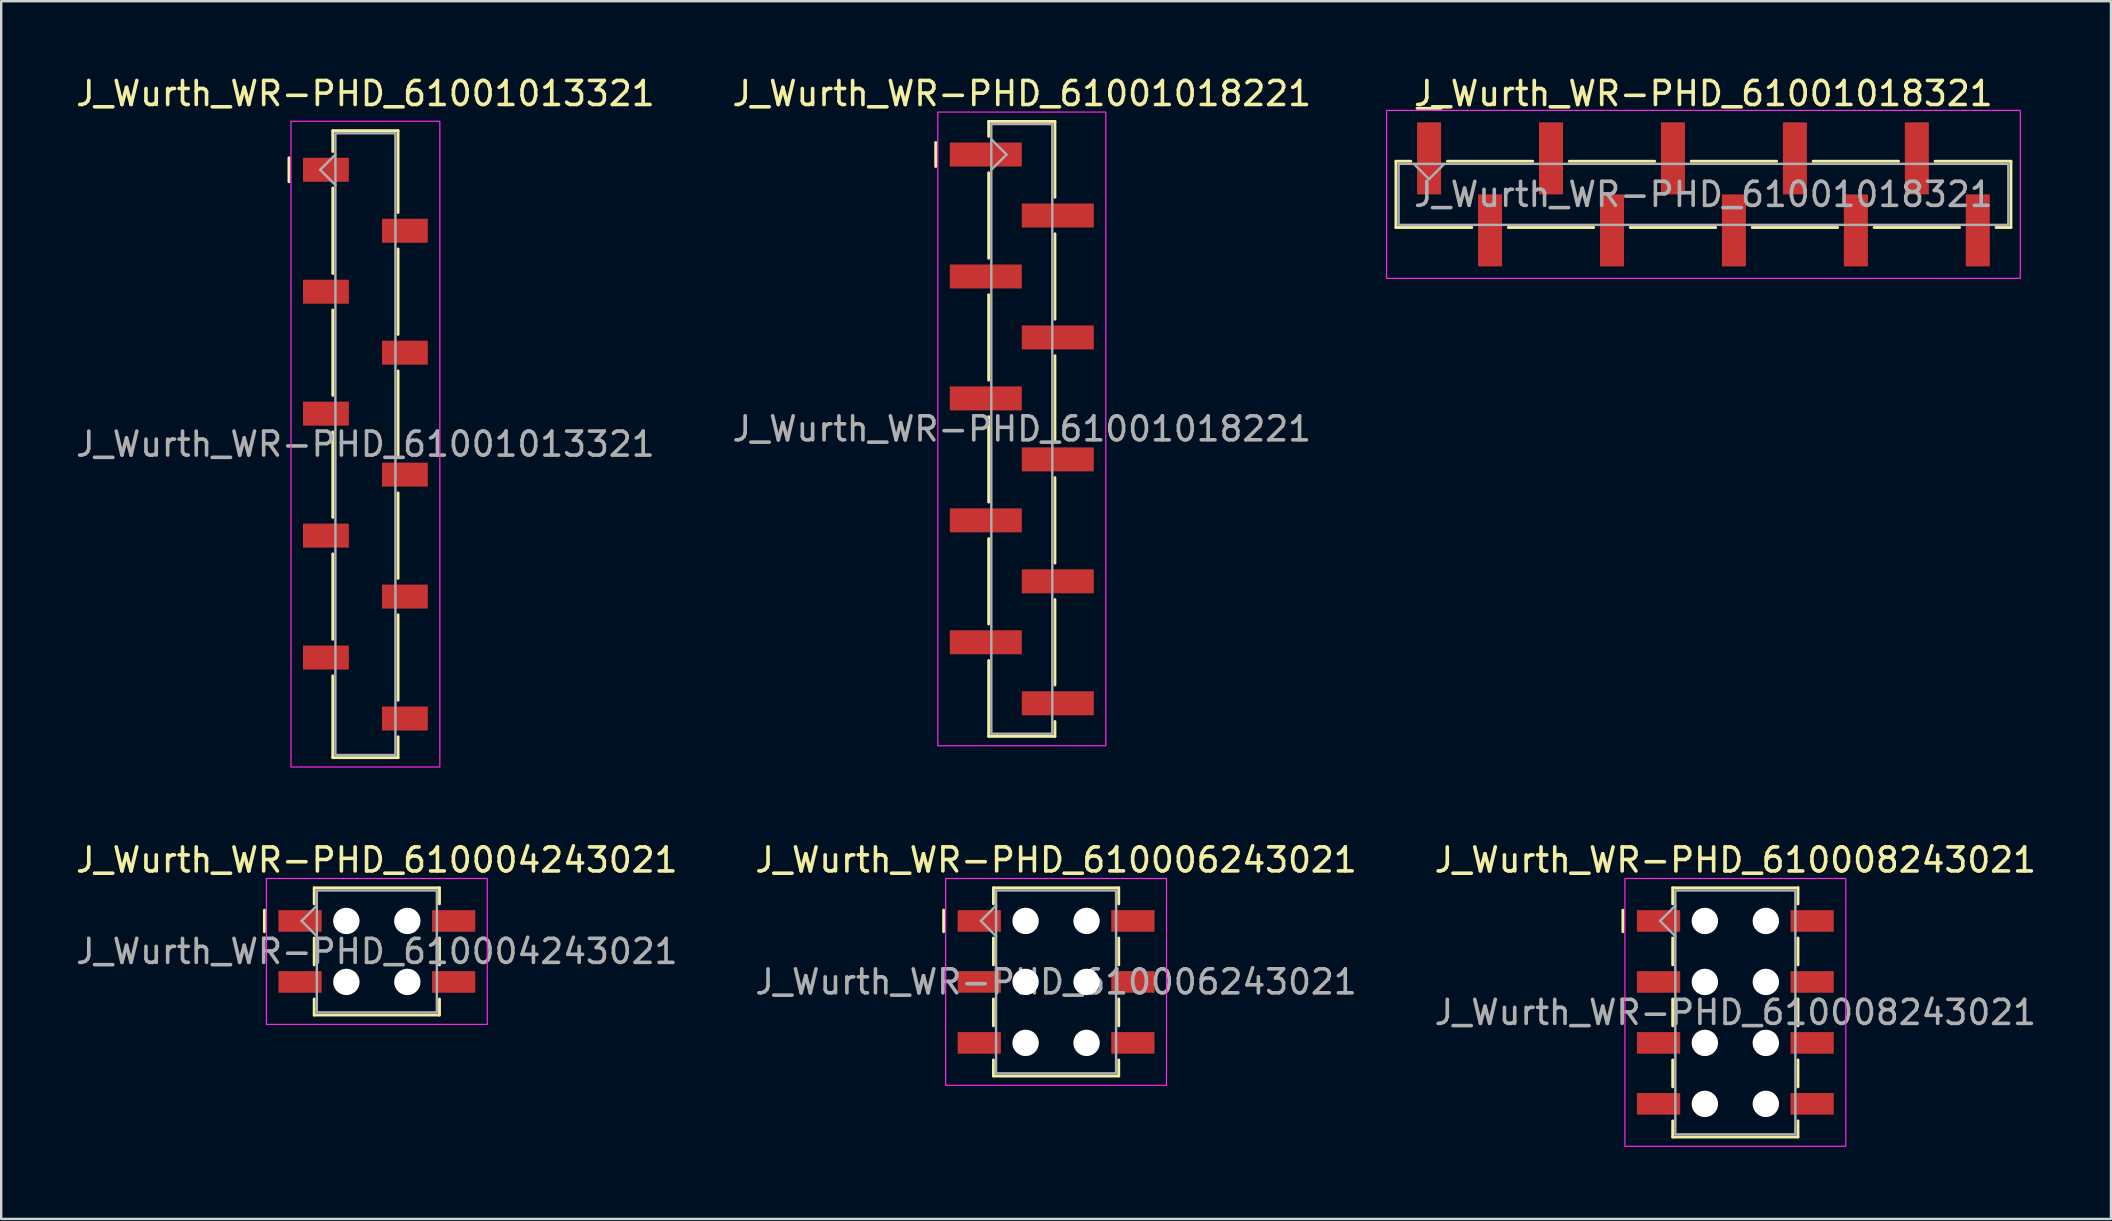
<source format=kicad_pcb>
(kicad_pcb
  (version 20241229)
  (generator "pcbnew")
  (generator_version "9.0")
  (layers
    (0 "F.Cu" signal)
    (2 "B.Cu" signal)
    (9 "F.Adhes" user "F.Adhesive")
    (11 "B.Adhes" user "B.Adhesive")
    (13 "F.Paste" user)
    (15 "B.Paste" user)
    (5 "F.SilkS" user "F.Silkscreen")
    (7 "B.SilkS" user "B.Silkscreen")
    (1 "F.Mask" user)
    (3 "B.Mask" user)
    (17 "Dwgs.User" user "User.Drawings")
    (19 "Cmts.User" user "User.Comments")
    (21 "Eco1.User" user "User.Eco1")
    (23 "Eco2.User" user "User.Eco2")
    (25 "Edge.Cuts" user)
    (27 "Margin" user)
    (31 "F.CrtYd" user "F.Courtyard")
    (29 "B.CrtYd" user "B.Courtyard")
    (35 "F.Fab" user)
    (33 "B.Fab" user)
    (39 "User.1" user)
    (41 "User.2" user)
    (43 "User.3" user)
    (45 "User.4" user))
  (footprint "J_Wurth_WR-PHD_610008243021"
    (layer "F.Cu")
    (at 69.244 39.127)
    (property "Reference" "J_Wurth_WR-PHD_610008243021" (at 0 -6.35 0) (unlocked yes) (layer "F.SilkS") (effects (font (size 1 1) (thickness 0.15))))
    (attr smd)
    (fp_line (start -4.685 -4.26) (end -4.685 -3.36) (stroke (width 0.12) (type solid)) (layer "F.SilkS"))
    (fp_line (start -2.61 -5.19) (end -2.61 -4.52) (stroke (width 0.12) (type solid)) (layer "F.SilkS"))
    (fp_line (start -2.61 -3.1) (end -2.61 -1.98) (stroke (width 0.12) (type solid)) (layer "F.SilkS"))
    (fp_line (start -2.61 -0.56) (end -2.61 0.56) (stroke (width 0.12) (type solid)) (layer "F.SilkS"))
    (fp_line (start -2.61 1.98) (end -2.61 3.1) (stroke (width 0.12) (type solid)) (layer "F.SilkS"))
    (fp_line (start -2.61 4.52) (end -2.61 5.19) (stroke (width 0.12) (type solid)) (layer "F.SilkS"))
    (fp_line (start 2.61 -5.19) (end -2.61 -5.19) (stroke (width 0.12) (type solid)) (layer "F.SilkS"))
    (fp_line (start 2.61 -5.19) (end 2.61 -4.52) (stroke (width 0.12) (type solid)) (layer "F.SilkS"))
    (fp_line (start 2.61 -3.1) (end 2.61 -1.98) (stroke (width 0.12) (type solid)) (layer "F.SilkS"))
    (fp_line (start 2.61 -0.56) (end 2.61 0.56) (stroke (width 0.12) (type solid)) (layer "F.SilkS"))
    (fp_line (start 2.61 1.98) (end 2.61 3.1) (stroke (width 0.12) (type solid)) (layer "F.SilkS"))
    (fp_line (start 2.61 4.52) (end 2.61 5.19) (stroke (width 0.12) (type solid)) (layer "F.SilkS"))
    (fp_line (start 2.61 5.19) (end -2.61 5.19) (stroke (width 0.12) (type solid)) (layer "F.SilkS"))
    (fp_rect (start -4.6 -5.58) (end 4.6 5.58) (stroke (width 0.05) (type solid)) (fill no) (layer "F.CrtYd"))
    (fp_line (start -3.135 -3.81) (end -2.5 -4.445) (stroke (width 0.1) (type default)) (layer "F.Fab"))
    (fp_line (start -2.5 -3.175) (end -3.135 -3.81) (stroke (width 0.1) (type default)) (layer "F.Fab"))
    (fp_rect (start -2.5 -5.08) (end 2.5 5.08) (stroke (width 0.1) (type solid)) (fill no) (layer "F.Fab"))
    (fp_text user "${REFERENCE}" (at 0 0 0) (unlocked yes) (layer "F.Fab") (effects (font (size 1 1) (thickness 0.15))))
    (pad "" np_thru_hole circle (at -1.27 -3.81 270) (size 1.1 1.1) (drill 1.1) (layers "*.Cu" "*.Mask"))
    (pad "" np_thru_hole circle (at -1.27 -1.27 270) (size 1.1 1.1) (drill 1.1) (layers "*.Cu" "*.Mask"))
    (pad "" np_thru_hole circle (at -1.27 1.27 270) (size 1.1 1.1) (drill 1.1) (layers "*.Cu" "*.Mask"))
    (pad "" np_thru_hole circle (at -1.27 3.81 270) (size 1.1 1.1) (drill 1.1) (layers "*.Cu" "*.Mask"))
    (pad "" np_thru_hole circle (at 1.27 -3.81 270) (size 1.1 1.1) (drill 1.1) (layers "*.Cu" "*.Mask"))
    (pad "" np_thru_hole circle (at 1.27 -1.27 270) (size 1.1 1.1) (drill 1.1) (layers "*.Cu" "*.Mask"))
    (pad "" np_thru_hole circle (at 1.27 1.27 270) (size 1.1 1.1) (drill 1.1) (layers "*.Cu" "*.Mask"))
    (pad "" np_thru_hole circle (at 1.27 3.81 270) (size 1.1 1.1) (drill 1.1) (layers "*.Cu" "*.Mask"))
    (pad "1" smd rect (at -3.2 -3.81 270) (size 0.9 1.8) (layers "F.Cu" "F.Mask" "F.Paste"))
    (pad "2" smd rect (at 3.2 -3.81 270) (size 0.9 1.8) (layers "F.Cu" "F.Mask" "F.Paste"))
    (pad "3" smd rect (at -3.2 -1.27 270) (size 0.9 1.8) (layers "F.Cu" "F.Mask" "F.Paste"))
    (pad "4" smd rect (at 3.2 -1.27 270) (size 0.9 1.8) (layers "F.Cu" "F.Mask" "F.Paste"))
    (pad "5" smd rect (at -3.2 1.27 270) (size 0.9 1.8) (layers "F.Cu" "F.Mask" "F.Paste"))
    (pad "6" smd rect (at 3.2 1.27 270) (size 0.9 1.8) (layers "F.Cu" "F.Mask" "F.Paste"))
    (pad "7" smd rect (at -3.2 3.81 270) (size 0.9 1.8) (layers "F.Cu" "F.Mask" "F.Paste"))
    (pad "8" smd rect (at 3.2 3.81 270) (size 0.9 1.8) (layers "F.Cu" "F.Mask" "F.Paste")))
  (footprint "J_Wurth_WR-PHD_61001018321"
    (layer "F.Cu")
    (at 67.915 5.048)
    (property "Reference" "J_Wurth_WR-PHD_61001018321" (at 0 -4.2 0) (unlocked yes) (layer "F.SilkS") (effects (font (size 1 1) (thickness 0.15))))
    (attr smd)
    (fp_line (start -12.81 -1.38) (end -12.81 1.38) (stroke (width 0.12) (type solid)) (layer "F.SilkS"))
    (fp_line (start -12.81 -1.38) (end -12.19 -1.38) (stroke (width 0.12) (type solid)) (layer "F.SilkS"))
    (fp_line (start -12.81 1.38) (end -9.65 1.38) (stroke (width 0.12) (type solid)) (layer "F.SilkS"))
    (fp_line (start -11.93 -3.585) (end -10.93 -3.585) (stroke (width 0.12) (type solid)) (layer "F.SilkS"))
    (fp_line (start -10.67 -1.38) (end -7.11 -1.38) (stroke (width 0.12) (type solid)) (layer "F.SilkS"))
    (fp_line (start -5.59 -1.38) (end -2.03 -1.38) (stroke (width 0.12) (type solid)) (layer "F.SilkS"))
    (fp_line (start -4.57 1.38) (end -8.13 1.38) (stroke (width 0.12) (type solid)) (layer "F.SilkS"))
    (fp_line (start -3.05 1.38) (end 0.51 1.38) (stroke (width 0.12) (type solid)) (layer "F.SilkS"))
    (fp_line (start -0.51 -1.38) (end 3.05 -1.38) (stroke (width 0.12) (type solid)) (layer "F.SilkS"))
    (fp_line (start 2.03 1.38) (end 5.59 1.38) (stroke (width 0.12) (type solid)) (layer "F.SilkS"))
    (fp_line (start 4.57 -1.38) (end 8.13 -1.38) (stroke (width 0.12) (type solid)) (layer "F.SilkS"))
    (fp_line (start 7.11 1.38) (end 10.67 1.38) (stroke (width 0.12) (type solid)) (layer "F.SilkS"))
    (fp_line (start 12.81 -1.38) (end 9.65 -1.38) (stroke (width 0.12) (type solid)) (layer "F.SilkS"))
    (fp_line (start 12.81 -1.38) (end 12.81 1.38) (stroke (width 0.12) (type solid)) (layer "F.SilkS"))
    (fp_line (start 12.81 1.38) (end 12.19 1.38) (stroke (width 0.12) (type solid)) (layer "F.SilkS"))
    (fp_rect (start -13.2 -3.5) (end 13.2 3.5) (stroke (width 0.05) (type solid)) (fill no) (layer "F.CrtYd"))
    (fp_line (start -12.065 -1.27) (end -11.43 -0.635) (stroke (width 0.1) (type default)) (layer "F.Fab"))
    (fp_line (start -11.43 -0.635) (end -10.795 -1.27) (stroke (width 0.1) (type default)) (layer "F.Fab"))
    (fp_rect (start -12.7 -1.27) (end 12.7 1.27) (stroke (width 0.1) (type solid)) (fill no) (layer "F.Fab"))
    (fp_text user "${REFERENCE}" (at 0 0 0) (unlocked yes) (layer "F.Fab") (effects (font (size 1 1) (thickness 0.15))))
    (pad "1" smd rect (at -11.43 -1.5) (size 1 3) (layers "F.Cu" "F.Mask" "F.Paste"))
    (pad "2" smd rect (at -8.89 1.5) (size 1 3) (layers "F.Cu" "F.Mask" "F.Paste"))
    (pad "3" smd rect (at -6.35 -1.5) (size 1 3) (layers "F.Cu" "F.Mask" "F.Paste"))
    (pad "4" smd rect (at -3.81 1.5) (size 1 3) (layers "F.Cu" "F.Mask" "F.Paste"))
    (pad "5" smd rect (at -1.27 -1.5) (size 1 3) (layers "F.Cu" "F.Mask" "F.Paste"))
    (pad "6" smd rect (at 1.27 1.5) (size 1 3) (layers "F.Cu" "F.Mask" "F.Paste"))
    (pad "7" smd rect (at 3.81 -1.5) (size 1 3) (layers "F.Cu" "F.Mask" "F.Paste"))
    (pad "8" smd rect (at 6.35 1.5) (size 1 3) (layers "F.Cu" "F.Mask" "F.Paste"))
    (pad "9" smd rect (at 8.89 -1.5) (size 1 3) (layers "F.Cu" "F.Mask" "F.Paste"))
    (pad "10" smd rect (at 11.43 1.5) (size 1 3) (layers "F.Cu" "F.Mask" "F.Paste")))
  (footprint "J_Wurth_WR-PHD_61001018221"
    (layer "F.Cu")
    (at 39.518 14.818)
    (property "Reference" "J_Wurth_WR-PHD_61001018221" (at 0 -13.97 0) (unlocked yes) (layer "F.SilkS") (effects (font (size 1 1) (thickness 0.15))))
    (attr smd)
    (fp_line (start -3.585 -11.93) (end -3.585 -10.93) (stroke (width 0.12) (type solid)) (layer "F.SilkS"))
    (fp_line (start -1.38 -12.81) (end -1.38 -12.19) (stroke (width 0.12) (type solid)) (layer "F.SilkS"))
    (fp_line (start -1.38 -12.81) (end 1.38 -12.81) (stroke (width 0.12) (type solid)) (layer "F.SilkS"))
    (fp_line (start -1.38 -10.67) (end -1.38 -7.11) (stroke (width 0.12) (type solid)) (layer "F.SilkS"))
    (fp_line (start -1.38 -5.59) (end -1.38 -2.03) (stroke (width 0.12) (type solid)) (layer "F.SilkS"))
    (fp_line (start -1.38 -0.51) (end -1.38 3.05) (stroke (width 0.12) (type solid)) (layer "F.SilkS"))
    (fp_line (start -1.38 4.57) (end -1.38 8.13) (stroke (width 0.12) (type solid)) (layer "F.SilkS"))
    (fp_line (start -1.38 12.81) (end -1.38 9.65) (stroke (width 0.12) (type solid)) (layer "F.SilkS"))
    (fp_line (start -1.38 12.81) (end 1.38 12.81) (stroke (width 0.12) (type solid)) (layer "F.SilkS"))
    (fp_line (start 1.38 -12.81) (end 1.38 -9.65) (stroke (width 0.12) (type solid)) (layer "F.SilkS"))
    (fp_line (start 1.38 -4.57) (end 1.38 -8.13) (stroke (width 0.12) (type solid)) (layer "F.SilkS"))
    (fp_line (start 1.38 -3.05) (end 1.38 0.51) (stroke (width 0.12) (type solid)) (layer "F.SilkS"))
    (fp_line (start 1.38 2.03) (end 1.38 5.59) (stroke (width 0.12) (type solid)) (layer "F.SilkS"))
    (fp_line (start 1.38 7.11) (end 1.38 10.67) (stroke (width 0.12) (type solid)) (layer "F.SilkS"))
    (fp_line (start 1.38 12.81) (end 1.38 12.19) (stroke (width 0.12) (type solid)) (layer "F.SilkS"))
    (fp_rect (start -3.5 -13.2) (end 3.5 13.2) (stroke (width 0.05) (type solid)) (fill no) (layer "F.CrtYd"))
    (fp_line (start -1.27 -12.065) (end -0.635 -11.43) (stroke (width 0.1) (type default)) (layer "F.Fab"))
    (fp_line (start -0.635 -11.43) (end -1.27 -10.795) (stroke (width 0.1) (type default)) (layer "F.Fab"))
    (fp_rect (start -1.27 -12.7) (end 1.27 12.7) (stroke (width 0.1) (type solid)) (fill no) (layer "F.Fab"))
    (fp_text user "${REFERENCE}" (at 0 0 0) (unlocked yes) (layer "F.Fab") (effects (font (size 1 1) (thickness 0.15))))
    (pad "1" smd rect (at -1.5 -11.43 270) (size 1 3) (layers "F.Cu" "F.Mask" "F.Paste"))
    (pad "2" smd rect (at 1.5 -8.89 270) (size 1 3) (layers "F.Cu" "F.Mask" "F.Paste"))
    (pad "3" smd rect (at -1.5 -6.35 270) (size 1 3) (layers "F.Cu" "F.Mask" "F.Paste"))
    (pad "4" smd rect (at 1.5 -3.81 270) (size 1 3) (layers "F.Cu" "F.Mask" "F.Paste"))
    (pad "5" smd rect (at -1.5 -1.27 270) (size 1 3) (layers "F.Cu" "F.Mask" "F.Paste"))
    (pad "6" smd rect (at 1.5 1.27 270) (size 1 3) (layers "F.Cu" "F.Mask" "F.Paste"))
    (pad "7" smd rect (at -1.5 3.81 270) (size 1 3) (layers "F.Cu" "F.Mask" "F.Paste"))
    (pad "8" smd rect (at 1.5 6.35 270) (size 1 3) (layers "F.Cu" "F.Mask" "F.Paste"))
    (pad "9" smd rect (at -1.5 8.89 270) (size 1 3) (layers "F.Cu" "F.Mask" "F.Paste"))
    (pad "10" smd rect (at 1.5 11.43 270) (size 1 3) (layers "F.Cu" "F.Mask" "F.Paste")))
  (footprint "J_Wurth_WR-PHD_610006243021"
    (layer "F.Cu")
    (at 40.946 37.856)
    (property "Reference" "J_Wurth_WR-PHD_610006243021" (at 0 -5.08 0) (unlocked yes) (layer "F.SilkS") (effects (font (size 1 1) (thickness 0.15))))
    (attr smd)
    (fp_line (start -4.685 -2.99) (end -4.685 -2.09) (stroke (width 0.12) (type solid)) (layer "F.SilkS"))
    (fp_line (start -2.61 -3.92) (end -2.61 -3.25) (stroke (width 0.12) (type solid)) (layer "F.SilkS"))
    (fp_line (start -2.61 -1.83) (end -2.61 -0.71) (stroke (width 0.12) (type solid)) (layer "F.SilkS"))
    (fp_line (start -2.61 0.71) (end -2.61 1.83) (stroke (width 0.12) (type solid)) (layer "F.SilkS"))
    (fp_line (start -2.61 3.25) (end -2.61 3.92) (stroke (width 0.12) (type solid)) (layer "F.SilkS"))
    (fp_line (start 2.61 -3.92) (end -2.61 -3.92) (stroke (width 0.12) (type solid)) (layer "F.SilkS"))
    (fp_line (start 2.61 -3.92) (end 2.61 -3.25) (stroke (width 0.12) (type solid)) (layer "F.SilkS"))
    (fp_line (start 2.61 -1.83) (end 2.61 -0.71) (stroke (width 0.12) (type solid)) (layer "F.SilkS"))
    (fp_line (start 2.61 0.71) (end 2.61 1.83) (stroke (width 0.12) (type solid)) (layer "F.SilkS"))
    (fp_line (start 2.61 3.25) (end 2.61 3.92) (stroke (width 0.12) (type solid)) (layer "F.SilkS"))
    (fp_line (start 2.61 3.92) (end -2.61 3.92) (stroke (width 0.12) (type solid)) (layer "F.SilkS"))
    (fp_rect (start -4.6 -4.31) (end 4.6 4.31) (stroke (width 0.05) (type solid)) (fill no) (layer "F.CrtYd"))
    (fp_line (start -3.135 -2.54) (end -2.5 -3.175) (stroke (width 0.1) (type default)) (layer "F.Fab"))
    (fp_line (start -2.5 -1.905) (end -3.135 -2.54) (stroke (width 0.1) (type default)) (layer "F.Fab"))
    (fp_rect (start -2.5 -3.81) (end 2.5 3.81) (stroke (width 0.1) (type solid)) (fill no) (layer "F.Fab"))
    (fp_text user "${REFERENCE}" (at 0 0 0) (unlocked yes) (layer "F.Fab") (effects (font (size 1 1) (thickness 0.15))))
    (pad "" np_thru_hole circle (at -1.27 -2.54 270) (size 1.1 1.1) (drill 1.1) (layers "*.Cu" "*.Mask"))
    (pad "" np_thru_hole circle (at -1.27 0 270) (size 1.1 1.1) (drill 1.1) (layers "*.Cu" "*.Mask"))
    (pad "" np_thru_hole circle (at -1.27 2.54 270) (size 1.1 1.1) (drill 1.1) (layers "*.Cu" "*.Mask"))
    (pad "" np_thru_hole circle (at 1.27 -2.54 270) (size 1.1 1.1) (drill 1.1) (layers "*.Cu" "*.Mask"))
    (pad "" np_thru_hole circle (at 1.27 0 270) (size 1.1 1.1) (drill 1.1) (layers "*.Cu" "*.Mask"))
    (pad "" np_thru_hole circle (at 1.27 2.54 270) (size 1.1 1.1) (drill 1.1) (layers "*.Cu" "*.Mask"))
    (pad "1" smd rect (at -3.2 -2.54 270) (size 0.9 1.8) (layers "F.Cu" "F.Mask" "F.Paste"))
    (pad "2" smd rect (at 3.2 -2.54 270) (size 0.9 1.8) (layers "F.Cu" "F.Mask" "F.Paste"))
    (pad "3" smd rect (at -3.2 0 270) (size 0.9 1.8) (layers "F.Cu" "F.Mask" "F.Paste"))
    (pad "4" smd rect (at 3.2 0 270) (size 0.9 1.8) (layers "F.Cu" "F.Mask" "F.Paste"))
    (pad "5" smd rect (at -3.2 2.54 270) (size 0.9 1.8) (layers "F.Cu" "F.Mask" "F.Paste"))
    (pad "6" smd rect (at 3.2 2.54 270) (size 0.9 1.8) (layers "F.Cu" "F.Mask" "F.Paste")))
  (footprint "J_Wurth_WR-PHD_610004243021"
    (layer "F.Cu")
    (at 12.649 36.587)
    (property "Reference" "J_Wurth_WR-PHD_610004243021" (at 0 -3.81 0) (unlocked yes) (layer "F.SilkS") (effects (font (size 1 1) (thickness 0.15))))
    (attr smd)
    (fp_line (start -4.685 -1.72) (end -4.685 -0.82) (stroke (width 0.12) (type solid)) (layer "F.SilkS"))
    (fp_line (start -2.61 -2.65) (end -2.61 -1.98) (stroke (width 0.12) (type solid)) (layer "F.SilkS"))
    (fp_line (start -2.61 -0.56) (end -2.61 0.56) (stroke (width 0.12) (type solid)) (layer "F.SilkS"))
    (fp_line (start -2.61 1.98) (end -2.61 2.65) (stroke (width 0.12) (type solid)) (layer "F.SilkS"))
    (fp_line (start 2.61 -2.65) (end -2.61 -2.65) (stroke (width 0.12) (type solid)) (layer "F.SilkS"))
    (fp_line (start 2.61 -2.65) (end 2.61 -1.98) (stroke (width 0.12) (type solid)) (layer "F.SilkS"))
    (fp_line (start 2.61 -0.56) (end 2.61 0.56) (stroke (width 0.12) (type solid)) (layer "F.SilkS"))
    (fp_line (start 2.61 1.98) (end 2.61 2.65) (stroke (width 0.12) (type solid)) (layer "F.SilkS"))
    (fp_line (start 2.61 2.65) (end -2.61 2.65) (stroke (width 0.12) (type solid)) (layer "F.SilkS"))
    (fp_rect (start -4.6 -3.04) (end 4.6 3.04) (stroke (width 0.05) (type solid)) (fill no) (layer "F.CrtYd"))
    (fp_line (start -3.135 -1.27) (end -2.5 -1.905) (stroke (width 0.1) (type default)) (layer "F.Fab"))
    (fp_line (start -2.5 -0.635) (end -3.135 -1.27) (stroke (width 0.1) (type default)) (layer "F.Fab"))
    (fp_rect (start -2.5 -2.54) (end 2.5 2.54) (stroke (width 0.1) (type solid)) (fill no) (layer "F.Fab"))
    (fp_text user "${REFERENCE}" (at 0 0 0) (unlocked yes) (layer "F.Fab") (effects (font (size 1 1) (thickness 0.15))))
    (pad "" np_thru_hole circle (at -1.27 -1.27 270) (size 1.1 1.1) (drill 1.1) (layers "*.Cu" "*.Mask"))
    (pad "" np_thru_hole circle (at -1.27 1.27 270) (size 1.1 1.1) (drill 1.1) (layers "*.Cu" "*.Mask"))
    (pad "" np_thru_hole circle (at 1.27 -1.27 270) (size 1.1 1.1) (drill 1.1) (layers "*.Cu" "*.Mask"))
    (pad "" np_thru_hole circle (at 1.27 1.27 270) (size 1.1 1.1) (drill 1.1) (layers "*.Cu" "*.Mask"))
    (pad "1" smd rect (at -3.2 -1.27 270) (size 0.9 1.8) (layers "F.Cu" "F.Mask" "F.Paste"))
    (pad "2" smd rect (at 3.2 -1.27 270) (size 0.9 1.8) (layers "F.Cu" "F.Mask" "F.Paste"))
    (pad "3" smd rect (at -3.2 1.27 270) (size 0.9 1.8) (layers "F.Cu" "F.Mask" "F.Paste"))
    (pad "4" smd rect (at 3.2 1.27 270) (size 0.9 1.8) (layers "F.Cu" "F.Mask" "F.Paste")))
  (footprint "J_Wurth_WR-PHD_61001013321"
    (layer "F.Cu")
    (at 12.173 15.453)
    (property "Reference" "J_Wurth_WR-PHD_61001013321" (at 0 -14.605 0) (unlocked yes) (layer "F.SilkS") (effects (font (size 1 1) (thickness 0.15))))
    (attr smd)
    (fp_line (start -3.185 -11.93) (end -3.185 -10.93) (stroke (width 0.12) (type solid)) (layer "F.SilkS"))
    (fp_line (start -1.36 -13.06) (end -1.36 -12.19) (stroke (width 0.12) (type solid)) (layer "F.SilkS"))
    (fp_line (start -1.36 -13.06) (end 1.36 -13.06) (stroke (width 0.12) (type solid)) (layer "F.SilkS"))
    (fp_line (start -1.36 -10.67) (end -1.36 -7.11) (stroke (width 0.12) (type solid)) (layer "F.SilkS"))
    (fp_line (start -1.36 -5.59) (end -1.36 -2.03) (stroke (width 0.12) (type solid)) (layer "F.SilkS"))
    (fp_line (start -1.36 -0.51) (end -1.36 3.05) (stroke (width 0.12) (type solid)) (layer "F.SilkS"))
    (fp_line (start -1.36 4.57) (end -1.36 8.13) (stroke (width 0.12) (type solid)) (layer "F.SilkS"))
    (fp_line (start -1.36 9.65) (end -1.36 13.06) (stroke (width 0.12) (type solid)) (layer "F.SilkS"))
    (fp_line (start -1.36 13.06) (end 1.36 13.06) (stroke (width 0.12) (type solid)) (layer "F.SilkS"))
    (fp_line (start 1.36 -13.06) (end 1.36 -9.65) (stroke (width 0.12) (type solid)) (layer "F.SilkS"))
    (fp_line (start 1.36 -8.13) (end 1.36 -4.57) (stroke (width 0.12) (type solid)) (layer "F.SilkS"))
    (fp_line (start 1.36 -3.05) (end 1.36 0.51) (stroke (width 0.12) (type solid)) (layer "F.SilkS"))
    (fp_line (start 1.36 2.03) (end 1.36 5.59) (stroke (width 0.12) (type solid)) (layer "F.SilkS"))
    (fp_line (start 1.36 7.11) (end 1.36 10.67) (stroke (width 0.12) (type solid)) (layer "F.SilkS"))
    (fp_line (start 1.36 12.19) (end 1.36 13.06) (stroke (width 0.12) (type solid)) (layer "F.SilkS"))
    (fp_rect (start -3.1 -13.45) (end 3.1 13.45) (stroke (width 0.05) (type solid)) (fill no) (layer "F.CrtYd"))
    (fp_line (start -1.885 -11.43) (end -1.25 -10.795) (stroke (width 0.1) (type default)) (layer "F.Fab"))
    (fp_line (start -1.25 -12.065) (end -1.885 -11.43) (stroke (width 0.1) (type default)) (layer "F.Fab"))
    (fp_rect (start -1.25 -12.95) (end 1.25 12.95) (stroke (width 0.1) (type solid)) (fill no) (layer "F.Fab"))
    (fp_text user "${REFERENCE}" (at 0 0 0) (unlocked yes) (layer "F.Fab") (effects (font (size 1 1) (thickness 0.15))))
    (pad "1" smd rect (at -1.645 -11.43 270) (size 1 1.91) (layers "F.Cu" "F.Mask" "F.Paste"))
    (pad "2" smd rect (at 1.645 -8.89 270) (size 1 1.91) (layers "F.Cu" "F.Mask" "F.Paste"))
    (pad "3" smd rect (at -1.645 -6.35 270) (size 1 1.91) (layers "F.Cu" "F.Mask" "F.Paste"))
    (pad "4" smd rect (at 1.645 -3.81 270) (size 1 1.91) (layers "F.Cu" "F.Mask" "F.Paste"))
    (pad "5" smd rect (at -1.645 -1.27 270) (size 1 1.91) (layers "F.Cu" "F.Mask" "F.Paste"))
    (pad "6" smd rect (at 1.645 1.27 270) (size 1 1.91) (layers "F.Cu" "F.Mask" "F.Paste"))
    (pad "7" smd rect (at -1.645 3.81 270) (size 1 1.91) (layers "F.Cu" "F.Mask" "F.Paste"))
    (pad "8" smd rect (at 1.645 6.35 270) (size 1 1.91) (layers "F.Cu" "F.Mask" "F.Paste"))
    (pad "9" smd rect (at -1.645 8.89 270) (size 1 1.91) (layers "F.Cu" "F.Mask" "F.Paste"))
    (pad "10" smd rect (at 1.645 11.43 270) (size 1 1.91) (layers "F.Cu" "F.Mask" "F.Paste")))
  (gr_rect
    (start -3 -3)
    (end 84.893 47.731)
    (stroke (width 0.1) (type default))
    (fill no)
    (layer "Edge.Cuts")))
</source>
